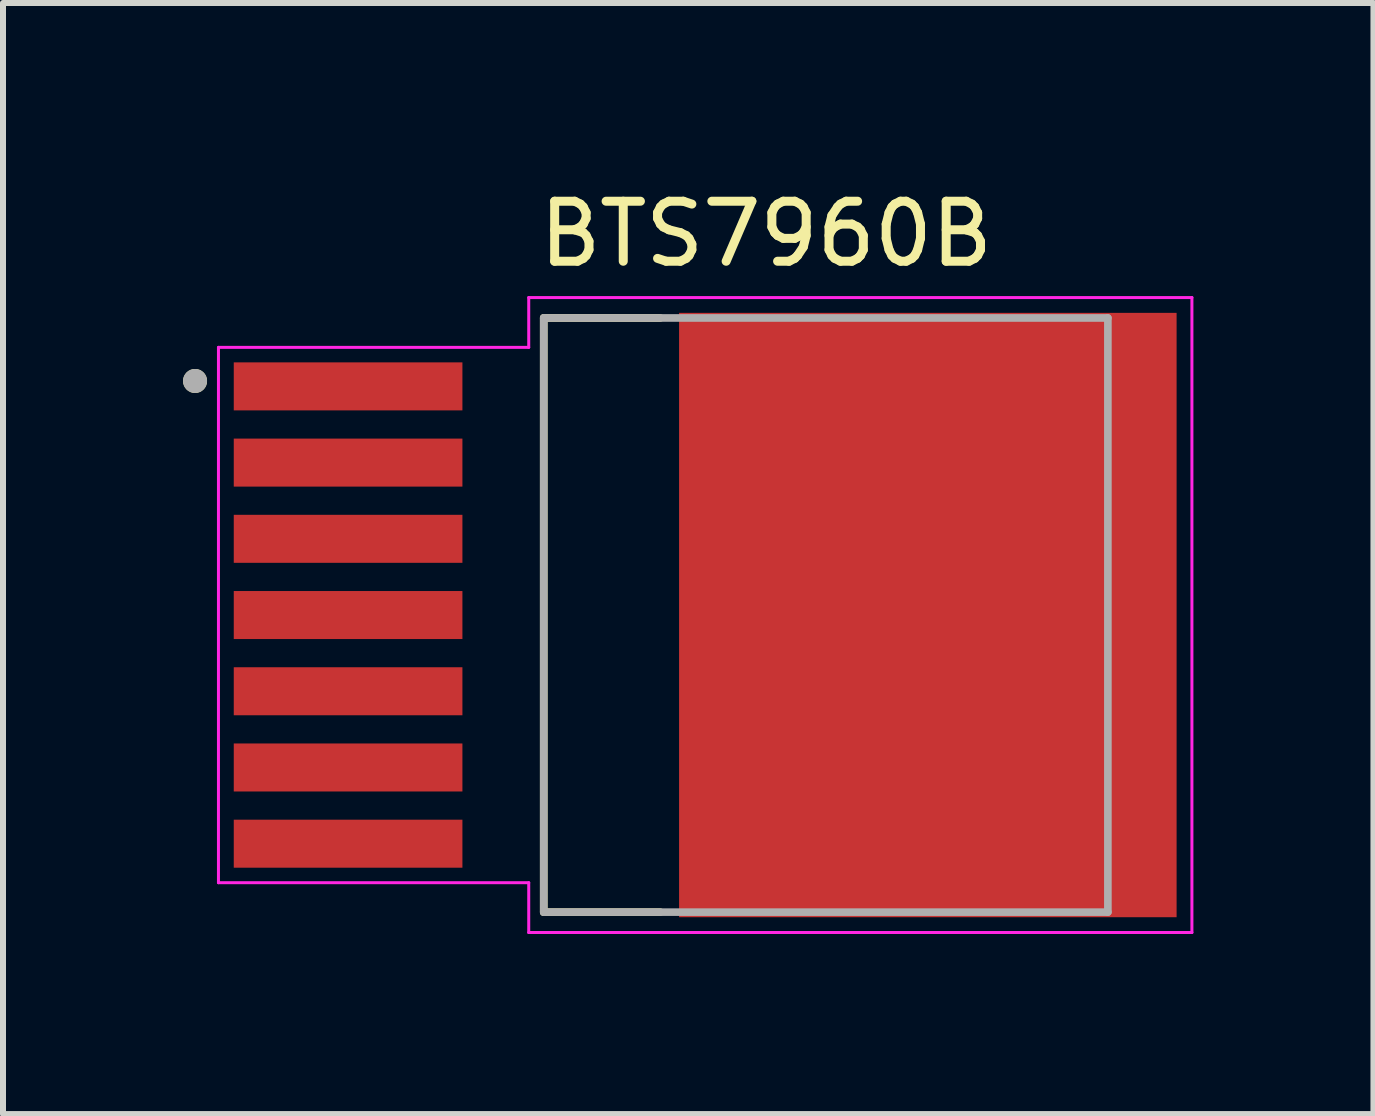
<source format=kicad_pcb>
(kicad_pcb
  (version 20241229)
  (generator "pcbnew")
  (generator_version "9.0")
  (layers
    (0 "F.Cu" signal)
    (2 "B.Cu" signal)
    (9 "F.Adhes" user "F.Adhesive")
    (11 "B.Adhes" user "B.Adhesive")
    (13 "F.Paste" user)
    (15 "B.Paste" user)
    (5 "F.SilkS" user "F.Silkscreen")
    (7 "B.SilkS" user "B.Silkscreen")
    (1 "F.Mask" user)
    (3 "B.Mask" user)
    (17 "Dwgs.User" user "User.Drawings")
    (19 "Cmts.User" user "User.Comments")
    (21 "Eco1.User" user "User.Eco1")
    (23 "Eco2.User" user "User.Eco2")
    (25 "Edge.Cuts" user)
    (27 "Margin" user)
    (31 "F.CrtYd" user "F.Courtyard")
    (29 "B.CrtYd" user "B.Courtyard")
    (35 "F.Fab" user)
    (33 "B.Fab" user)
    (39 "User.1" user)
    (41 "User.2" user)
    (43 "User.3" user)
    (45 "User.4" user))
  (footprint "BTS7960B"
    (layer "F.Cu")
    (at 8.7 7.198)
    (property "Reference" "BTS7960B" (at 1.016 -6.35 0) (layer "F.SilkS") (effects (font (size 1 1) (thickness 0.15))))
    (attr smd)
    (fp_line (start -2.69 -4.95) (end -2.69 4.95) (stroke (width 0.127) (type solid)) (layer "F.SilkS"))
    (fp_line (start -2.69 4.95) (end -0.749 4.95) (stroke (width 0.127) (type solid)) (layer "F.SilkS"))
    (fp_line (start -0.749 -4.95) (end -2.69 -4.95) (stroke (width 0.127) (type solid)) (layer "F.SilkS"))
    (fp_circle (center -8.5 -3.9) (end -8.4 -3.9) (stroke (width 0.2) (type solid)) (fill no) (layer "F.SilkS"))
    (fp_poly (pts (xy 0.275 -4.865) (xy 1.625 -4.865) (xy 1.625 -3.215) (xy 0.275 -3.215)) (stroke (width 0.01) (type solid)) (fill yes) (layer "F.Paste"))
    (fp_poly (pts (xy 0.275 -2.845) (xy 1.625 -2.845) (xy 1.625 -1.195) (xy 0.275 -1.195)) (stroke (width 0.01) (type solid)) (fill yes) (layer "F.Paste"))
    (fp_poly (pts (xy 0.275 -0.825) (xy 1.625 -0.825) (xy 1.625 0.825) (xy 0.275 0.825)) (stroke (width 0.01) (type solid)) (fill yes) (layer "F.Paste"))
    (fp_poly (pts (xy 0.275 1.195) (xy 1.625 1.195) (xy 1.625 2.845) (xy 0.275 2.845)) (stroke (width 0.01) (type solid)) (fill yes) (layer "F.Paste"))
    (fp_poly (pts (xy 0.275 3.215) (xy 1.625 3.215) (xy 1.625 4.865) (xy 0.275 4.865)) (stroke (width 0.01) (type solid)) (fill yes) (layer "F.Paste"))
    (fp_poly (pts (xy 3.035 -4.865) (xy 4.385 -4.865) (xy 4.385 -3.215) (xy 3.035 -3.215)) (stroke (width 0.01) (type solid)) (fill yes) (layer "F.Paste"))
    (fp_poly (pts (xy 3.035 -2.845) (xy 4.385 -2.845) (xy 4.385 -1.195) (xy 3.035 -1.195)) (stroke (width 0.01) (type solid)) (fill yes) (layer "F.Paste"))
    (fp_poly (pts (xy 3.035 -0.825) (xy 4.385 -0.825) (xy 4.385 0.825) (xy 3.035 0.825)) (stroke (width 0.01) (type solid)) (fill yes) (layer "F.Paste"))
    (fp_poly (pts (xy 3.035 1.195) (xy 4.385 1.195) (xy 4.385 2.845) (xy 3.035 2.845)) (stroke (width 0.01) (type solid)) (fill yes) (layer "F.Paste"))
    (fp_poly (pts (xy 3.035 3.215) (xy 4.385 3.215) (xy 4.385 4.865) (xy 3.035 4.865)) (stroke (width 0.01) (type solid)) (fill yes) (layer "F.Paste"))
    (fp_poly (pts (xy 5.795 -4.865) (xy 7.145 -4.865) (xy 7.145 -3.215) (xy 5.795 -3.215)) (stroke (width 0.01) (type solid)) (fill yes) (layer "F.Paste"))
    (fp_poly (pts (xy 5.795 -2.845) (xy 7.145 -2.845) (xy 7.145 -1.195) (xy 5.795 -1.195)) (stroke (width 0.01) (type solid)) (fill yes) (layer "F.Paste"))
    (fp_poly (pts (xy 5.795 -0.825) (xy 7.145 -0.825) (xy 7.145 0.825) (xy 5.795 0.825)) (stroke (width 0.01) (type solid)) (fill yes) (layer "F.Paste"))
    (fp_poly (pts (xy 5.795 1.195) (xy 7.145 1.195) (xy 7.145 2.845) (xy 5.795 2.845)) (stroke (width 0.01) (type solid)) (fill yes) (layer "F.Paste"))
    (fp_poly (pts (xy 5.795 3.215) (xy 7.145 3.215) (xy 7.145 4.865) (xy 5.795 4.865)) (stroke (width 0.01) (type solid)) (fill yes) (layer "F.Paste"))
    (fp_line (start -8.11 -4.46) (end -2.94 -4.46) (stroke (width 0.05) (type solid)) (layer "F.CrtYd"))
    (fp_line (start -8.11 4.46) (end -8.11 -4.46) (stroke (width 0.05) (type solid)) (layer "F.CrtYd"))
    (fp_line (start -2.94 -5.29) (end 8.11 -5.29) (stroke (width 0.05) (type solid)) (layer "F.CrtYd"))
    (fp_line (start -2.94 -4.46) (end -2.94 -5.29) (stroke (width 0.05) (type solid)) (layer "F.CrtYd"))
    (fp_line (start -2.94 4.46) (end -8.11 4.46) (stroke (width 0.05) (type solid)) (layer "F.CrtYd"))
    (fp_line (start -2.94 5.29) (end -2.94 4.46) (stroke (width 0.05) (type solid)) (layer "F.CrtYd"))
    (fp_line (start 8.11 -5.29) (end 8.11 5.29) (stroke (width 0.05) (type solid)) (layer "F.CrtYd"))
    (fp_line (start 8.11 5.29) (end -2.94 5.29) (stroke (width 0.05) (type solid)) (layer "F.CrtYd"))
    (fp_line (start -2.69 -4.95) (end 6.71 -4.95) (stroke (width 0.127) (type solid)) (layer "F.Fab"))
    (fp_line (start -2.69 4.95) (end -2.69 -4.95) (stroke (width 0.127) (type solid)) (layer "F.Fab"))
    (fp_line (start 6.71 -4.95) (end 6.71 4.95) (stroke (width 0.127) (type solid)) (layer "F.Fab"))
    (fp_line (start 6.71 4.95) (end -2.69 4.95) (stroke (width 0.127) (type solid)) (layer "F.Fab"))
    (fp_circle (center -8.5 -3.9) (end -8.4 -3.9) (stroke (width 0.2) (type solid)) (fill no) (layer "F.Fab"))
    (pad "1" smd rect (at -5.95 -3.81) (size 3.81 0.8) (layers "F.Cu" "F.Mask" "F.Paste"))
    (pad "2" smd rect (at -5.95 -2.54) (size 3.81 0.8) (layers "F.Cu" "F.Mask" "F.Paste"))
    (pad "3" smd rect (at -5.95 -1.27) (size 3.81 0.8) (layers "F.Cu" "F.Mask" "F.Paste"))
    (pad "4" smd rect (at -5.95 0) (size 3.81 0.8) (layers "F.Cu" "F.Mask" "F.Paste"))
    (pad "5" smd rect (at -5.95 1.27) (size 3.81 0.8) (layers "F.Cu" "F.Mask" "F.Paste"))
    (pad "6" smd rect (at -5.95 2.54) (size 3.81 0.8) (layers "F.Cu" "F.Mask" "F.Paste"))
    (pad "7" smd rect (at -5.95 3.81) (size 3.81 0.8) (layers "F.Cu" "F.Mask" "F.Paste"))
    (pad "8" smd rect (at 3.71 0 270) (size 10.07 8.29) (layers "F.Cu" "F.Mask")))
  (gr_rect
    (start -3 -3)
    (end 19.835 15.513)
    (stroke (width 0.1) (type default))
    (fill no)
    (layer "Edge.Cuts")))
</source>
